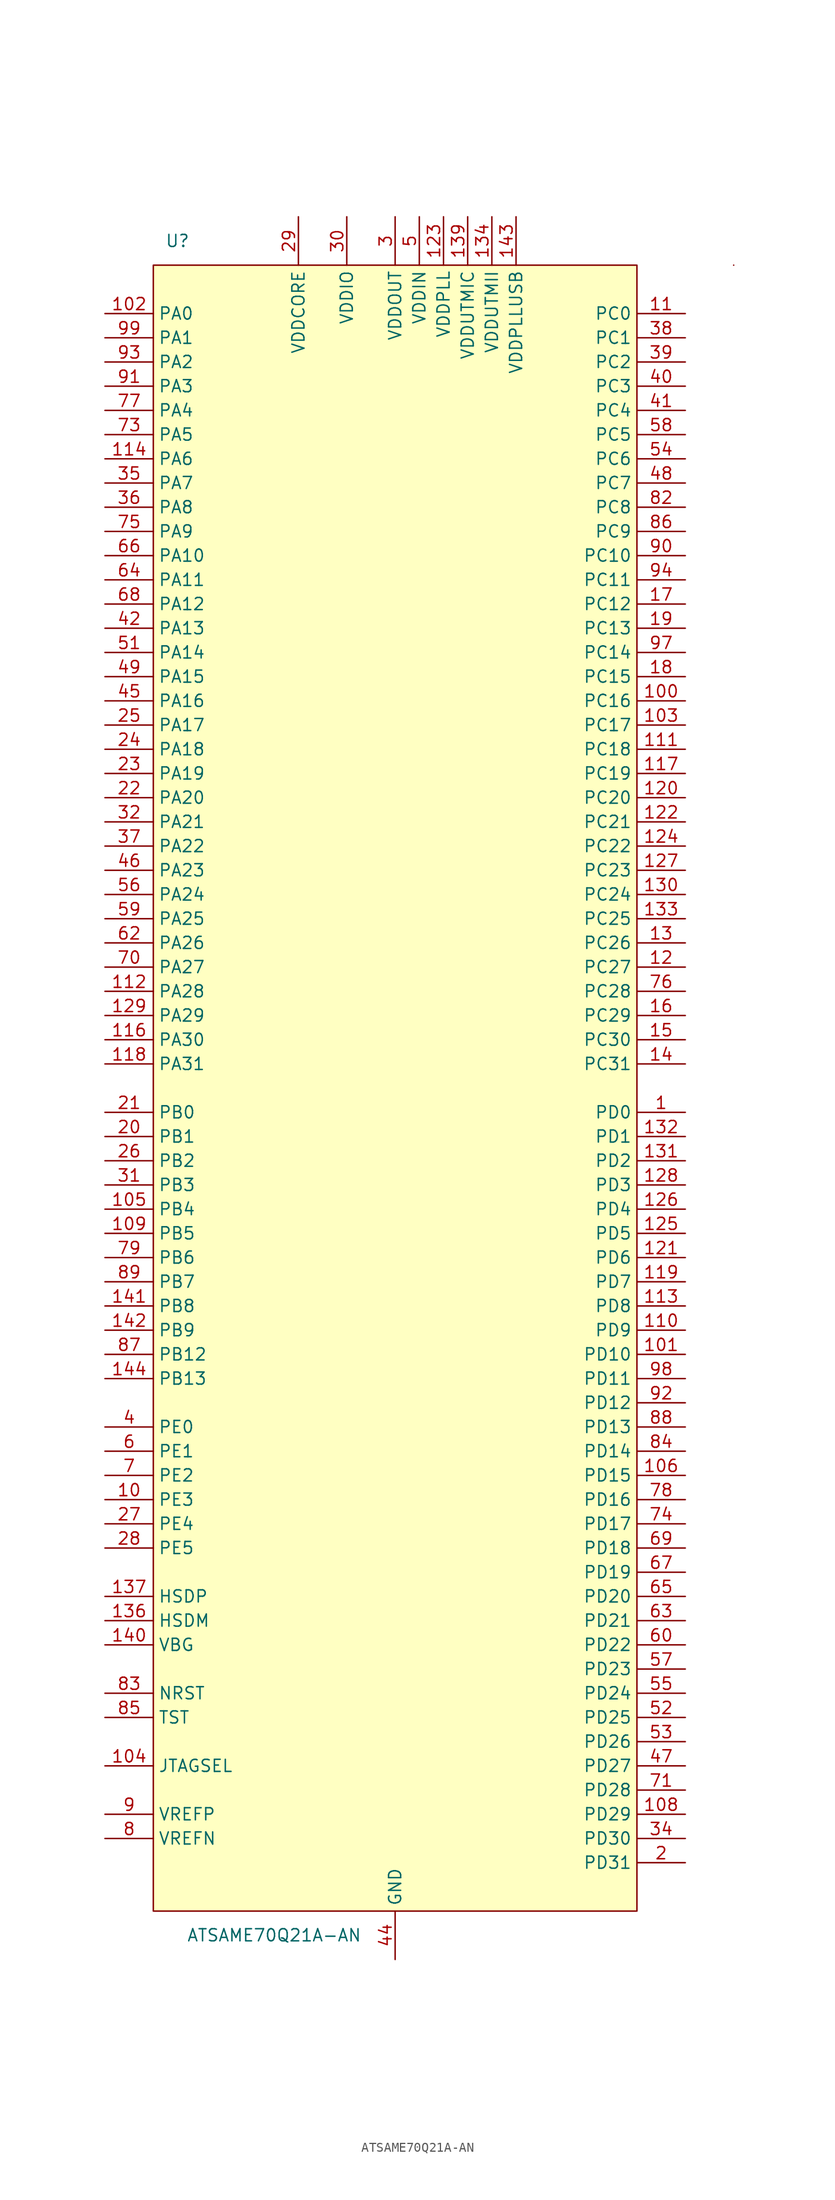
<source format=kicad_sym>
(kicad_symbol_lib
  (version 20241209)
  (generator "kicad_symbol_editor")
  (generator_version "9.0")
  (symbol "ATSAME70Q21A-AN"
    (property "Reference" "U"
      (at -22.86 88.9 0)
      (effects (font (size 1.27 1.27))))
    (property "Value" "ATSAME70Q21A-AN"
      (at -12.7 -88.9 0)
      (effects (font (size 1.27 1.27))))
    (symbol "ATSAME70Q21A-AN_0_1"
      (rectangle (start -25.4 86.36) (end 25.4 -86.36) (stroke (width 0) (type default)) (fill (type background)))
      (rectangle (start 35.56 86.36) (end 35.56 86.36) (stroke (width 0) (type default)) (fill (type none))))
    (symbol "ATSAME70Q21A-AN_1_1"
      (pin bidirectional line (at -30.48 81.28 0) (length 5.08) (name "PA0" (effects (font (size 1.27 1.27)))) (number "102" (effects (font (size 1.27 1.27)))))
      (pin bidirectional line (at -30.48 78.74 0) (length 5.08) (name "PA1" (effects (font (size 1.27 1.27)))) (number "99" (effects (font (size 1.27 1.27)))))
      (pin bidirectional line (at -30.48 76.2 0) (length 5.08) (name "PA2" (effects (font (size 1.27 1.27)))) (number "93" (effects (font (size 1.27 1.27)))))
      (pin bidirectional line (at -30.48 73.66 0) (length 5.08) (name "PA3" (effects (font (size 1.27 1.27)))) (number "91" (effects (font (size 1.27 1.27)))))
      (pin bidirectional line (at -30.48 71.12 0) (length 5.08) (name "PA4" (effects (font (size 1.27 1.27)))) (number "77" (effects (font (size 1.27 1.27)))))
      (pin bidirectional line (at -30.48 68.58 0) (length 5.08) (name "PA5" (effects (font (size 1.27 1.27)))) (number "73" (effects (font (size 1.27 1.27)))))
      (pin bidirectional line (at -30.48 66.04 0) (length 5.08) (name "PA6" (effects (font (size 1.27 1.27)))) (number "114" (effects (font (size 1.27 1.27)))))
      (pin bidirectional line (at -30.48 63.5 0) (length 5.08) (name "PA7" (effects (font (size 1.27 1.27)))) (number "35" (effects (font (size 1.27 1.27)))))
      (pin bidirectional line (at -30.48 60.96 0) (length 5.08) (name "PA8" (effects (font (size 1.27 1.27)))) (number "36" (effects (font (size 1.27 1.27)))))
      (pin bidirectional line (at -30.48 58.42 0) (length 5.08) (name "PA9" (effects (font (size 1.27 1.27)))) (number "75" (effects (font (size 1.27 1.27)))))
      (pin bidirectional line (at -30.48 55.88 0) (length 5.08) (name "PA10" (effects (font (size 1.27 1.27)))) (number "66" (effects (font (size 1.27 1.27)))))
      (pin bidirectional line (at -30.48 53.34 0) (length 5.08) (name "PA11" (effects (font (size 1.27 1.27)))) (number "64" (effects (font (size 1.27 1.27)))))
      (pin bidirectional line (at -30.48 50.8 0) (length 5.08) (name "PA12" (effects (font (size 1.27 1.27)))) (number "68" (effects (font (size 1.27 1.27)))))
      (pin bidirectional line (at -30.48 48.26 0) (length 5.08) (name "PA13" (effects (font (size 1.27 1.27)))) (number "42" (effects (font (size 1.27 1.27)))))
      (pin bidirectional line (at -30.48 45.72 0) (length 5.08) (name "PA14" (effects (font (size 1.27 1.27)))) (number "51" (effects (font (size 1.27 1.27)))))
      (pin bidirectional line (at -30.48 43.18 0) (length 5.08) (name "PA15" (effects (font (size 1.27 1.27)))) (number "49" (effects (font (size 1.27 1.27)))))
      (pin bidirectional line (at -30.48 40.64 0) (length 5.08) (name "PA16" (effects (font (size 1.27 1.27)))) (number "45" (effects (font (size 1.27 1.27)))))
      (pin bidirectional line (at -30.48 38.1 0) (length 5.08) (name "PA17" (effects (font (size 1.27 1.27)))) (number "25" (effects (font (size 1.27 1.27)))))
      (pin bidirectional line (at -30.48 35.56 0) (length 5.08) (name "PA18" (effects (font (size 1.27 1.27)))) (number "24" (effects (font (size 1.27 1.27)))))
      (pin bidirectional line (at -30.48 33.02 0) (length 5.08) (name "PA19" (effects (font (size 1.27 1.27)))) (number "23" (effects (font (size 1.27 1.27)))))
      (pin bidirectional line (at -30.48 30.48 0) (length 5.08) (name "PA20" (effects (font (size 1.27 1.27)))) (number "22" (effects (font (size 1.27 1.27)))))
      (pin bidirectional line (at -30.48 27.94 0) (length 5.08) (name "PA21" (effects (font (size 1.27 1.27)))) (number "32" (effects (font (size 1.27 1.27)))))
      (pin bidirectional line (at -30.48 25.4 0) (length 5.08) (name "PA22" (effects (font (size 1.27 1.27)))) (number "37" (effects (font (size 1.27 1.27)))))
      (pin bidirectional line (at -30.48 22.86 0) (length 5.08) (name "PA23" (effects (font (size 1.27 1.27)))) (number "46" (effects (font (size 1.27 1.27)))))
      (pin bidirectional line (at -30.48 20.32 0) (length 5.08) (name "PA24" (effects (font (size 1.27 1.27)))) (number "56" (effects (font (size 1.27 1.27)))))
      (pin bidirectional line (at -30.48 17.78 0) (length 5.08) (name "PA25" (effects (font (size 1.27 1.27)))) (number "59" (effects (font (size 1.27 1.27)))))
      (pin bidirectional line (at -30.48 15.24 0) (length 5.08) (name "PA26" (effects (font (size 1.27 1.27)))) (number "62" (effects (font (size 1.27 1.27)))))
      (pin bidirectional line (at -30.48 12.7 0) (length 5.08) (name "PA27" (effects (font (size 1.27 1.27)))) (number "70" (effects (font (size 1.27 1.27)))))
      (pin bidirectional line (at -30.48 10.16 0) (length 5.08) (name "PA28" (effects (font (size 1.27 1.27)))) (number "112" (effects (font (size 1.27 1.27)))))
      (pin bidirectional line (at -30.48 7.62 0) (length 5.08) (name "PA29" (effects (font (size 1.27 1.27)))) (number "129" (effects (font (size 1.27 1.27)))))
      (pin bidirectional line (at -30.48 5.08 0) (length 5.08) (name "PA30" (effects (font (size 1.27 1.27)))) (number "116" (effects (font (size 1.27 1.27)))))
      (pin bidirectional line (at -30.48 2.54 0) (length 5.08) (name "PA31" (effects (font (size 1.27 1.27)))) (number "118" (effects (font (size 1.27 1.27)))))
      (pin bidirectional line (at -30.48 -2.54 0) (length 5.08) (name "PB0" (effects (font (size 1.27 1.27)))) (number "21" (effects (font (size 1.27 1.27)))))
      (pin bidirectional line (at -30.48 -5.08 0) (length 5.08) (name "PB1" (effects (font (size 1.27 1.27)))) (number "20" (effects (font (size 1.27 1.27)))))
      (pin bidirectional line (at -30.48 -7.62 0) (length 5.08) (name "PB2" (effects (font (size 1.27 1.27)))) (number "26" (effects (font (size 1.27 1.27)))))
      (pin bidirectional line (at -30.48 -10.16 0) (length 5.08) (name "PB3" (effects (font (size 1.27 1.27)))) (number "31" (effects (font (size 1.27 1.27)))))
      (pin bidirectional line (at -30.48 -12.7 0) (length 5.08) (name "PB4" (effects (font (size 1.27 1.27)))) (number "105" (effects (font (size 1.27 1.27)))))
      (pin bidirectional line (at -30.48 -15.24 0) (length 5.08) (name "PB5" (effects (font (size 1.27 1.27)))) (number "109" (effects (font (size 1.27 1.27)))))
      (pin bidirectional line (at -30.48 -17.78 0) (length 5.08) (name "PB6" (effects (font (size 1.27 1.27)))) (number "79" (effects (font (size 1.27 1.27)))))
      (pin bidirectional line (at -30.48 -20.32 0) (length 5.08) (name "PB7" (effects (font (size 1.27 1.27)))) (number "89" (effects (font (size 1.27 1.27)))))
      (pin bidirectional line (at -30.48 -22.86 0) (length 5.08) (name "PB8" (effects (font (size 1.27 1.27)))) (number "141" (effects (font (size 1.27 1.27)))))
      (pin bidirectional line (at -30.48 -25.4 0) (length 5.08) (name "PB9" (effects (font (size 1.27 1.27)))) (number "142" (effects (font (size 1.27 1.27)))))
      (pin bidirectional line (at -30.48 -27.94 0) (length 5.08) (name "PB12" (effects (font (size 1.27 1.27)))) (number "87" (effects (font (size 1.27 1.27)))))
      (pin bidirectional line (at -30.48 -30.48 0) (length 5.08) (name "PB13" (effects (font (size 1.27 1.27)))) (number "144" (effects (font (size 1.27 1.27)))))
      (pin bidirectional line (at -30.48 -35.56 0) (length 5.08) (name "PE0" (effects (font (size 1.27 1.27)))) (number "4" (effects (font (size 1.27 1.27)))))
      (pin bidirectional line (at -30.48 -38.1 0) (length 5.08) (name "PE1" (effects (font (size 1.27 1.27)))) (number "6" (effects (font (size 1.27 1.27)))))
      (pin bidirectional line (at -30.48 -40.64 0) (length 5.08) (name "PE2" (effects (font (size 1.27 1.27)))) (number "7" (effects (font (size 1.27 1.27)))))
      (pin bidirectional line (at -30.48 -43.18 0) (length 5.08) (name "PE3" (effects (font (size 1.27 1.27)))) (number "10" (effects (font (size 1.27 1.27)))))
      (pin bidirectional line (at -30.48 -45.72 0) (length 5.08) (name "PE4" (effects (font (size 1.27 1.27)))) (number "27" (effects (font (size 1.27 1.27)))))
      (pin bidirectional line (at -30.48 -48.26 0) (length 5.08) (name "PE5" (effects (font (size 1.27 1.27)))) (number "28" (effects (font (size 1.27 1.27)))))
      (pin bidirectional line (at -30.48 -53.34 0) (length 5.08) (name "HSDP" (effects (font (size 1.27 1.27)))) (number "137" (effects (font (size 1.27 1.27)))))
      (pin bidirectional line (at -30.48 -55.88 0) (length 5.08) (name "HSDM" (effects (font (size 1.27 1.27)))) (number "136" (effects (font (size 1.27 1.27)))))
      (pin input line (at -30.48 -58.42 0) (length 5.08) (name "VBG" (effects (font (size 1.27 1.27)))) (number "140" (effects (font (size 1.27 1.27)))))
      (pin bidirectional line (at -30.48 -63.5 0) (length 5.08) (name "NRST" (effects (font (size 1.27 1.27)))) (number "83" (effects (font (size 1.27 1.27)))))
      (pin input line (at -30.48 -66.04 0) (length 5.08) (name "TST" (effects (font (size 1.27 1.27)))) (number "85" (effects (font (size 1.27 1.27)))))
      (pin input line (at -30.48 -71.12 0) (length 5.08) (name "JTAGSEL" (effects (font (size 1.27 1.27)))) (number "104" (effects (font (size 1.27 1.27)))))
      (pin input line (at -30.48 -76.2 0) (length 5.08) (name "VREFP" (effects (font (size 1.27 1.27)))) (number "9" (effects (font (size 1.27 1.27)))))
      (pin bidirectional line (at -30.48 -78.74 0) (length 5.08) (name "VREFN" (effects (font (size 1.27 1.27)))) (number "8" (effects (font (size 1.27 1.27)))))
      (pin passive line (at -10.16 91.44 270) (length 5.08) (hide yes) (name "VDDCORE" (effects (font (size 1.27 1.27)))) (number "107" (effects (font (size 1.27 1.27)))))
      (pin power_in line (at -10.16 91.44 270) (length 5.08) (name "VDDCORE" (effects (font (size 1.27 1.27)))) (number "29" (effects (font (size 1.27 1.27)))))
      (pin passive line (at -10.16 91.44 270) (length 5.08) (hide yes) (name "VDDCORE" (effects (font (size 1.27 1.27)))) (number "33" (effects (font (size 1.27 1.27)))))
      (pin passive line (at -10.16 91.44 270) (length 5.08) (hide yes) (name "VDDCORE" (effects (font (size 1.27 1.27)))) (number "50" (effects (font (size 1.27 1.27)))))
      (pin passive line (at -10.16 91.44 270) (length 5.08) (hide yes) (name "VDDCORE" (effects (font (size 1.27 1.27)))) (number "81" (effects (font (size 1.27 1.27)))))
      (pin power_in line (at -5.08 91.44 270) (length 5.08) (name "VDDIO" (effects (font (size 1.27 1.27)))) (number "30" (effects (font (size 1.27 1.27)))))
      (pin passive line (at -5.08 91.44 270) (length 5.08) (hide yes) (name "VDDIO" (effects (font (size 1.27 1.27)))) (number "43" (effects (font (size 1.27 1.27)))))
      (pin passive line (at -5.08 91.44 270) (length 5.08) (hide yes) (name "VDDIO" (effects (font (size 1.27 1.27)))) (number "72" (effects (font (size 1.27 1.27)))))
      (pin passive line (at -5.08 91.44 270) (length 5.08) (hide yes) (name "VDDIO" (effects (font (size 1.27 1.27)))) (number "80" (effects (font (size 1.27 1.27)))))
      (pin passive line (at -5.08 91.44 270) (length 5.08) (hide yes) (name "VDDIO" (effects (font (size 1.27 1.27)))) (number "96" (effects (font (size 1.27 1.27)))))
      (pin power_out line (at 0 91.44 270) (length 5.08) (name "VDDOUT" (effects (font (size 1.27 1.27)))) (number "3" (effects (font (size 1.27 1.27)))))
      (pin passive line (at 0 -91.44 90) (length 5.08) (hide yes) (name "GND" (effects (font (size 1.27 1.27)))) (number "115" (effects (font (size 1.27 1.27)))))
      (pin passive line (at 0 -91.44 90) (length 5.08) (hide yes) (name "GND" (effects (font (size 1.27 1.27)))) (number "135" (effects (font (size 1.27 1.27)))))
      (pin passive line (at 0 -91.44 90) (length 5.08) (hide yes) (name "GND" (effects (font (size 1.27 1.27)))) (number "138" (effects (font (size 1.27 1.27)))))
      (pin power_in line (at 0 -91.44 90) (length 5.08) (name "GND" (effects (font (size 1.27 1.27)))) (number "44" (effects (font (size 1.27 1.27)))))
      (pin passive line (at 0 -91.44 90) (length 5.08) (hide yes) (name "GND" (effects (font (size 1.27 1.27)))) (number "61" (effects (font (size 1.27 1.27)))))
      (pin passive line (at 0 -91.44 90) (length 5.08) (hide yes) (name "GND" (effects (font (size 1.27 1.27)))) (number "95" (effects (font (size 1.27 1.27)))))
      (pin power_in line (at 2.54 91.44 270) (length 5.08) (name "VDDIN" (effects (font (size 1.27 1.27)))) (number "5" (effects (font (size 1.27 1.27)))))
      (pin power_in line (at 5.08 91.44 270) (length 5.08) (name "VDDPLL" (effects (font (size 1.27 1.27)))) (number "123" (effects (font (size 1.27 1.27)))))
      (pin power_in line (at 7.62 91.44 270) (length 5.08) (name "VDDUTMIC" (effects (font (size 1.27 1.27)))) (number "139" (effects (font (size 1.27 1.27)))))
      (pin power_in line (at 10.16 91.44 270) (length 5.08) (name "VDDUTMII" (effects (font (size 1.27 1.27)))) (number "134" (effects (font (size 1.27 1.27)))))
      (pin power_in line (at 12.7 91.44 270) (length 5.08) (name "VDDPLLUSB" (effects (font (size 1.27 1.27)))) (number "143" (effects (font (size 1.27 1.27)))))
      (pin bidirectional line (at 30.48 81.28 180) (length 5.08) (name "PC0" (effects (font (size 1.27 1.27)))) (number "11" (effects (font (size 1.27 1.27)))))
      (pin bidirectional line (at 30.48 78.74 180) (length 5.08) (name "PC1" (effects (font (size 1.27 1.27)))) (number "38" (effects (font (size 1.27 1.27)))))
      (pin bidirectional line (at 30.48 76.2 180) (length 5.08) (name "PC2" (effects (font (size 1.27 1.27)))) (number "39" (effects (font (size 1.27 1.27)))))
      (pin bidirectional line (at 30.48 73.66 180) (length 5.08) (name "PC3" (effects (font (size 1.27 1.27)))) (number "40" (effects (font (size 1.27 1.27)))))
      (pin bidirectional line (at 30.48 71.12 180) (length 5.08) (name "PC4" (effects (font (size 1.27 1.27)))) (number "41" (effects (font (size 1.27 1.27)))))
      (pin bidirectional line (at 30.48 68.58 180) (length 5.08) (name "PC5" (effects (font (size 1.27 1.27)))) (number "58" (effects (font (size 1.27 1.27)))))
      (pin bidirectional line (at 30.48 66.04 180) (length 5.08) (name "PC6" (effects (font (size 1.27 1.27)))) (number "54" (effects (font (size 1.27 1.27)))))
      (pin bidirectional line (at 30.48 63.5 180) (length 5.08) (name "PC7" (effects (font (size 1.27 1.27)))) (number "48" (effects (font (size 1.27 1.27)))))
      (pin bidirectional line (at 30.48 60.96 180) (length 5.08) (name "PC8" (effects (font (size 1.27 1.27)))) (number "82" (effects (font (size 1.27 1.27)))))
      (pin bidirectional line (at 30.48 58.42 180) (length 5.08) (name "PC9" (effects (font (size 1.27 1.27)))) (number "86" (effects (font (size 1.27 1.27)))))
      (pin bidirectional line (at 30.48 55.88 180) (length 5.08) (name "PC10" (effects (font (size 1.27 1.27)))) (number "90" (effects (font (size 1.27 1.27)))))
      (pin bidirectional line (at 30.48 53.34 180) (length 5.08) (name "PC11" (effects (font (size 1.27 1.27)))) (number "94" (effects (font (size 1.27 1.27)))))
      (pin bidirectional line (at 30.48 50.8 180) (length 5.08) (name "PC12" (effects (font (size 1.27 1.27)))) (number "17" (effects (font (size 1.27 1.27)))))
      (pin bidirectional line (at 30.48 48.26 180) (length 5.08) (name "PC13" (effects (font (size 1.27 1.27)))) (number "19" (effects (font (size 1.27 1.27)))))
      (pin bidirectional line (at 30.48 45.72 180) (length 5.08) (name "PC14" (effects (font (size 1.27 1.27)))) (number "97" (effects (font (size 1.27 1.27)))))
      (pin bidirectional line (at 30.48 43.18 180) (length 5.08) (name "PC15" (effects (font (size 1.27 1.27)))) (number "18" (effects (font (size 1.27 1.27)))))
      (pin bidirectional line (at 30.48 40.64 180) (length 5.08) (name "PC16" (effects (font (size 1.27 1.27)))) (number "100" (effects (font (size 1.27 1.27)))))
      (pin bidirectional line (at 30.48 38.1 180) (length 5.08) (name "PC17" (effects (font (size 1.27 1.27)))) (number "103" (effects (font (size 1.27 1.27)))))
      (pin bidirectional line (at 30.48 35.56 180) (length 5.08) (name "PC18" (effects (font (size 1.27 1.27)))) (number "111" (effects (font (size 1.27 1.27)))))
      (pin bidirectional line (at 30.48 33.02 180) (length 5.08) (name "PC19" (effects (font (size 1.27 1.27)))) (number "117" (effects (font (size 1.27 1.27)))))
      (pin bidirectional line (at 30.48 30.48 180) (length 5.08) (name "PC20" (effects (font (size 1.27 1.27)))) (number "120" (effects (font (size 1.27 1.27)))))
      (pin bidirectional line (at 30.48 27.94 180) (length 5.08) (name "PC21" (effects (font (size 1.27 1.27)))) (number "122" (effects (font (size 1.27 1.27)))))
      (pin bidirectional line (at 30.48 25.4 180) (length 5.08) (name "PC22" (effects (font (size 1.27 1.27)))) (number "124" (effects (font (size 1.27 1.27)))))
      (pin bidirectional line (at 30.48 22.86 180) (length 5.08) (name "PC23" (effects (font (size 1.27 1.27)))) (number "127" (effects (font (size 1.27 1.27)))))
      (pin bidirectional line (at 30.48 20.32 180) (length 5.08) (name "PC24" (effects (font (size 1.27 1.27)))) (number "130" (effects (font (size 1.27 1.27)))))
      (pin bidirectional line (at 30.48 17.78 180) (length 5.08) (name "PC25" (effects (font (size 1.27 1.27)))) (number "133" (effects (font (size 1.27 1.27)))))
      (pin bidirectional line (at 30.48 15.24 180) (length 5.08) (name "PC26" (effects (font (size 1.27 1.27)))) (number "13" (effects (font (size 1.27 1.27)))))
      (pin bidirectional line (at 30.48 12.7 180) (length 5.08) (name "PC27" (effects (font (size 1.27 1.27)))) (number "12" (effects (font (size 1.27 1.27)))))
      (pin bidirectional line (at 30.48 10.16 180) (length 5.08) (name "PC28" (effects (font (size 1.27 1.27)))) (number "76" (effects (font (size 1.27 1.27)))))
      (pin bidirectional line (at 30.48 7.62 180) (length 5.08) (name "PC29" (effects (font (size 1.27 1.27)))) (number "16" (effects (font (size 1.27 1.27)))))
      (pin bidirectional line (at 30.48 5.08 180) (length 5.08) (name "PC30" (effects (font (size 1.27 1.27)))) (number "15" (effects (font (size 1.27 1.27)))))
      (pin bidirectional line (at 30.48 2.54 180) (length 5.08) (name "PC31" (effects (font (size 1.27 1.27)))) (number "14" (effects (font (size 1.27 1.27)))))
      (pin bidirectional line (at 30.48 -2.54 180) (length 5.08) (name "PD0" (effects (font (size 1.27 1.27)))) (number "1" (effects (font (size 1.27 1.27)))))
      (pin bidirectional line (at 30.48 -5.08 180) (length 5.08) (name "PD1" (effects (font (size 1.27 1.27)))) (number "132" (effects (font (size 1.27 1.27)))))
      (pin bidirectional line (at 30.48 -7.62 180) (length 5.08) (name "PD2" (effects (font (size 1.27 1.27)))) (number "131" (effects (font (size 1.27 1.27)))))
      (pin bidirectional line (at 30.48 -10.16 180) (length 5.08) (name "PD3" (effects (font (size 1.27 1.27)))) (number "128" (effects (font (size 1.27 1.27)))))
      (pin bidirectional line (at 30.48 -12.7 180) (length 5.08) (name "PD4" (effects (font (size 1.27 1.27)))) (number "126" (effects (font (size 1.27 1.27)))))
      (pin bidirectional line (at 30.48 -15.24 180) (length 5.08) (name "PD5" (effects (font (size 1.27 1.27)))) (number "125" (effects (font (size 1.27 1.27)))))
      (pin bidirectional line (at 30.48 -17.78 180) (length 5.08) (name "PD6" (effects (font (size 1.27 1.27)))) (number "121" (effects (font (size 1.27 1.27)))))
      (pin bidirectional line (at 30.48 -20.32 180) (length 5.08) (name "PD7" (effects (font (size 1.27 1.27)))) (number "119" (effects (font (size 1.27 1.27)))))
      (pin bidirectional line (at 30.48 -22.86 180) (length 5.08) (name "PD8" (effects (font (size 1.27 1.27)))) (number "113" (effects (font (size 1.27 1.27)))))
      (pin bidirectional line (at 30.48 -25.4 180) (length 5.08) (name "PD9" (effects (font (size 1.27 1.27)))) (number "110" (effects (font (size 1.27 1.27)))))
      (pin bidirectional line (at 30.48 -27.94 180) (length 5.08) (name "PD10" (effects (font (size 1.27 1.27)))) (number "101" (effects (font (size 1.27 1.27)))))
      (pin bidirectional line (at 30.48 -30.48 180) (length 5.08) (name "PD11" (effects (font (size 1.27 1.27)))) (number "98" (effects (font (size 1.27 1.27)))))
      (pin bidirectional line (at 30.48 -33.02 180) (length 5.08) (name "PD12" (effects (font (size 1.27 1.27)))) (number "92" (effects (font (size 1.27 1.27)))))
      (pin bidirectional line (at 30.48 -35.56 180) (length 5.08) (name "PD13" (effects (font (size 1.27 1.27)))) (number "88" (effects (font (size 1.27 1.27)))))
      (pin bidirectional line (at 30.48 -38.1 180) (length 5.08) (name "PD14" (effects (font (size 1.27 1.27)))) (number "84" (effects (font (size 1.27 1.27)))))
      (pin bidirectional line (at 30.48 -40.64 180) (length 5.08) (name "PD15" (effects (font (size 1.27 1.27)))) (number "106" (effects (font (size 1.27 1.27)))))
      (pin bidirectional line (at 30.48 -43.18 180) (length 5.08) (name "PD16" (effects (font (size 1.27 1.27)))) (number "78" (effects (font (size 1.27 1.27)))))
      (pin bidirectional line (at 30.48 -45.72 180) (length 5.08) (name "PD17" (effects (font (size 1.27 1.27)))) (number "74" (effects (font (size 1.27 1.27)))))
      (pin bidirectional line (at 30.48 -48.26 180) (length 5.08) (name "PD18" (effects (font (size 1.27 1.27)))) (number "69" (effects (font (size 1.27 1.27)))))
      (pin bidirectional line (at 30.48 -50.8 180) (length 5.08) (name "PD19" (effects (font (size 1.27 1.27)))) (number "67" (effects (font (size 1.27 1.27)))))
      (pin bidirectional line (at 30.48 -53.34 180) (length 5.08) (name "PD20" (effects (font (size 1.27 1.27)))) (number "65" (effects (font (size 1.27 1.27)))))
      (pin bidirectional line (at 30.48 -55.88 180) (length 5.08) (name "PD21" (effects (font (size 1.27 1.27)))) (number "63" (effects (font (size 1.27 1.27)))))
      (pin bidirectional line (at 30.48 -58.42 180) (length 5.08) (name "PD22" (effects (font (size 1.27 1.27)))) (number "60" (effects (font (size 1.27 1.27)))))
      (pin bidirectional line (at 30.48 -60.96 180) (length 5.08) (name "PD23" (effects (font (size 1.27 1.27)))) (number "57" (effects (font (size 1.27 1.27)))))
      (pin bidirectional line (at 30.48 -63.5 180) (length 5.08) (name "PD24" (effects (font (size 1.27 1.27)))) (number "55" (effects (font (size 1.27 1.27)))))
      (pin bidirectional line (at 30.48 -66.04 180) (length 5.08) (name "PD25" (effects (font (size 1.27 1.27)))) (number "52" (effects (font (size 1.27 1.27)))))
      (pin bidirectional line (at 30.48 -68.58 180) (length 5.08) (name "PD26" (effects (font (size 1.27 1.27)))) (number "53" (effects (font (size 1.27 1.27)))))
      (pin bidirectional line (at 30.48 -71.12 180) (length 5.08) (name "PD27" (effects (font (size 1.27 1.27)))) (number "47" (effects (font (size 1.27 1.27)))))
      (pin bidirectional line (at 30.48 -73.66 180) (length 5.08) (name "PD28" (effects (font (size 1.27 1.27)))) (number "71" (effects (font (size 1.27 1.27)))))
      (pin bidirectional line (at 30.48 -76.2 180) (length 5.08) (name "PD29" (effects (font (size 1.27 1.27)))) (number "108" (effects (font (size 1.27 1.27)))))
      (pin bidirectional line (at 30.48 -78.74 180) (length 5.08) (name "PD30" (effects (font (size 1.27 1.27)))) (number "34" (effects (font (size 1.27 1.27)))))
      (pin bidirectional line (at 30.48 -81.28 180) (length 5.08) (name "PD31" (effects (font (size 1.27 1.27)))) (number "2" (effects (font (size 1.27 1.27))))))))
</source>
